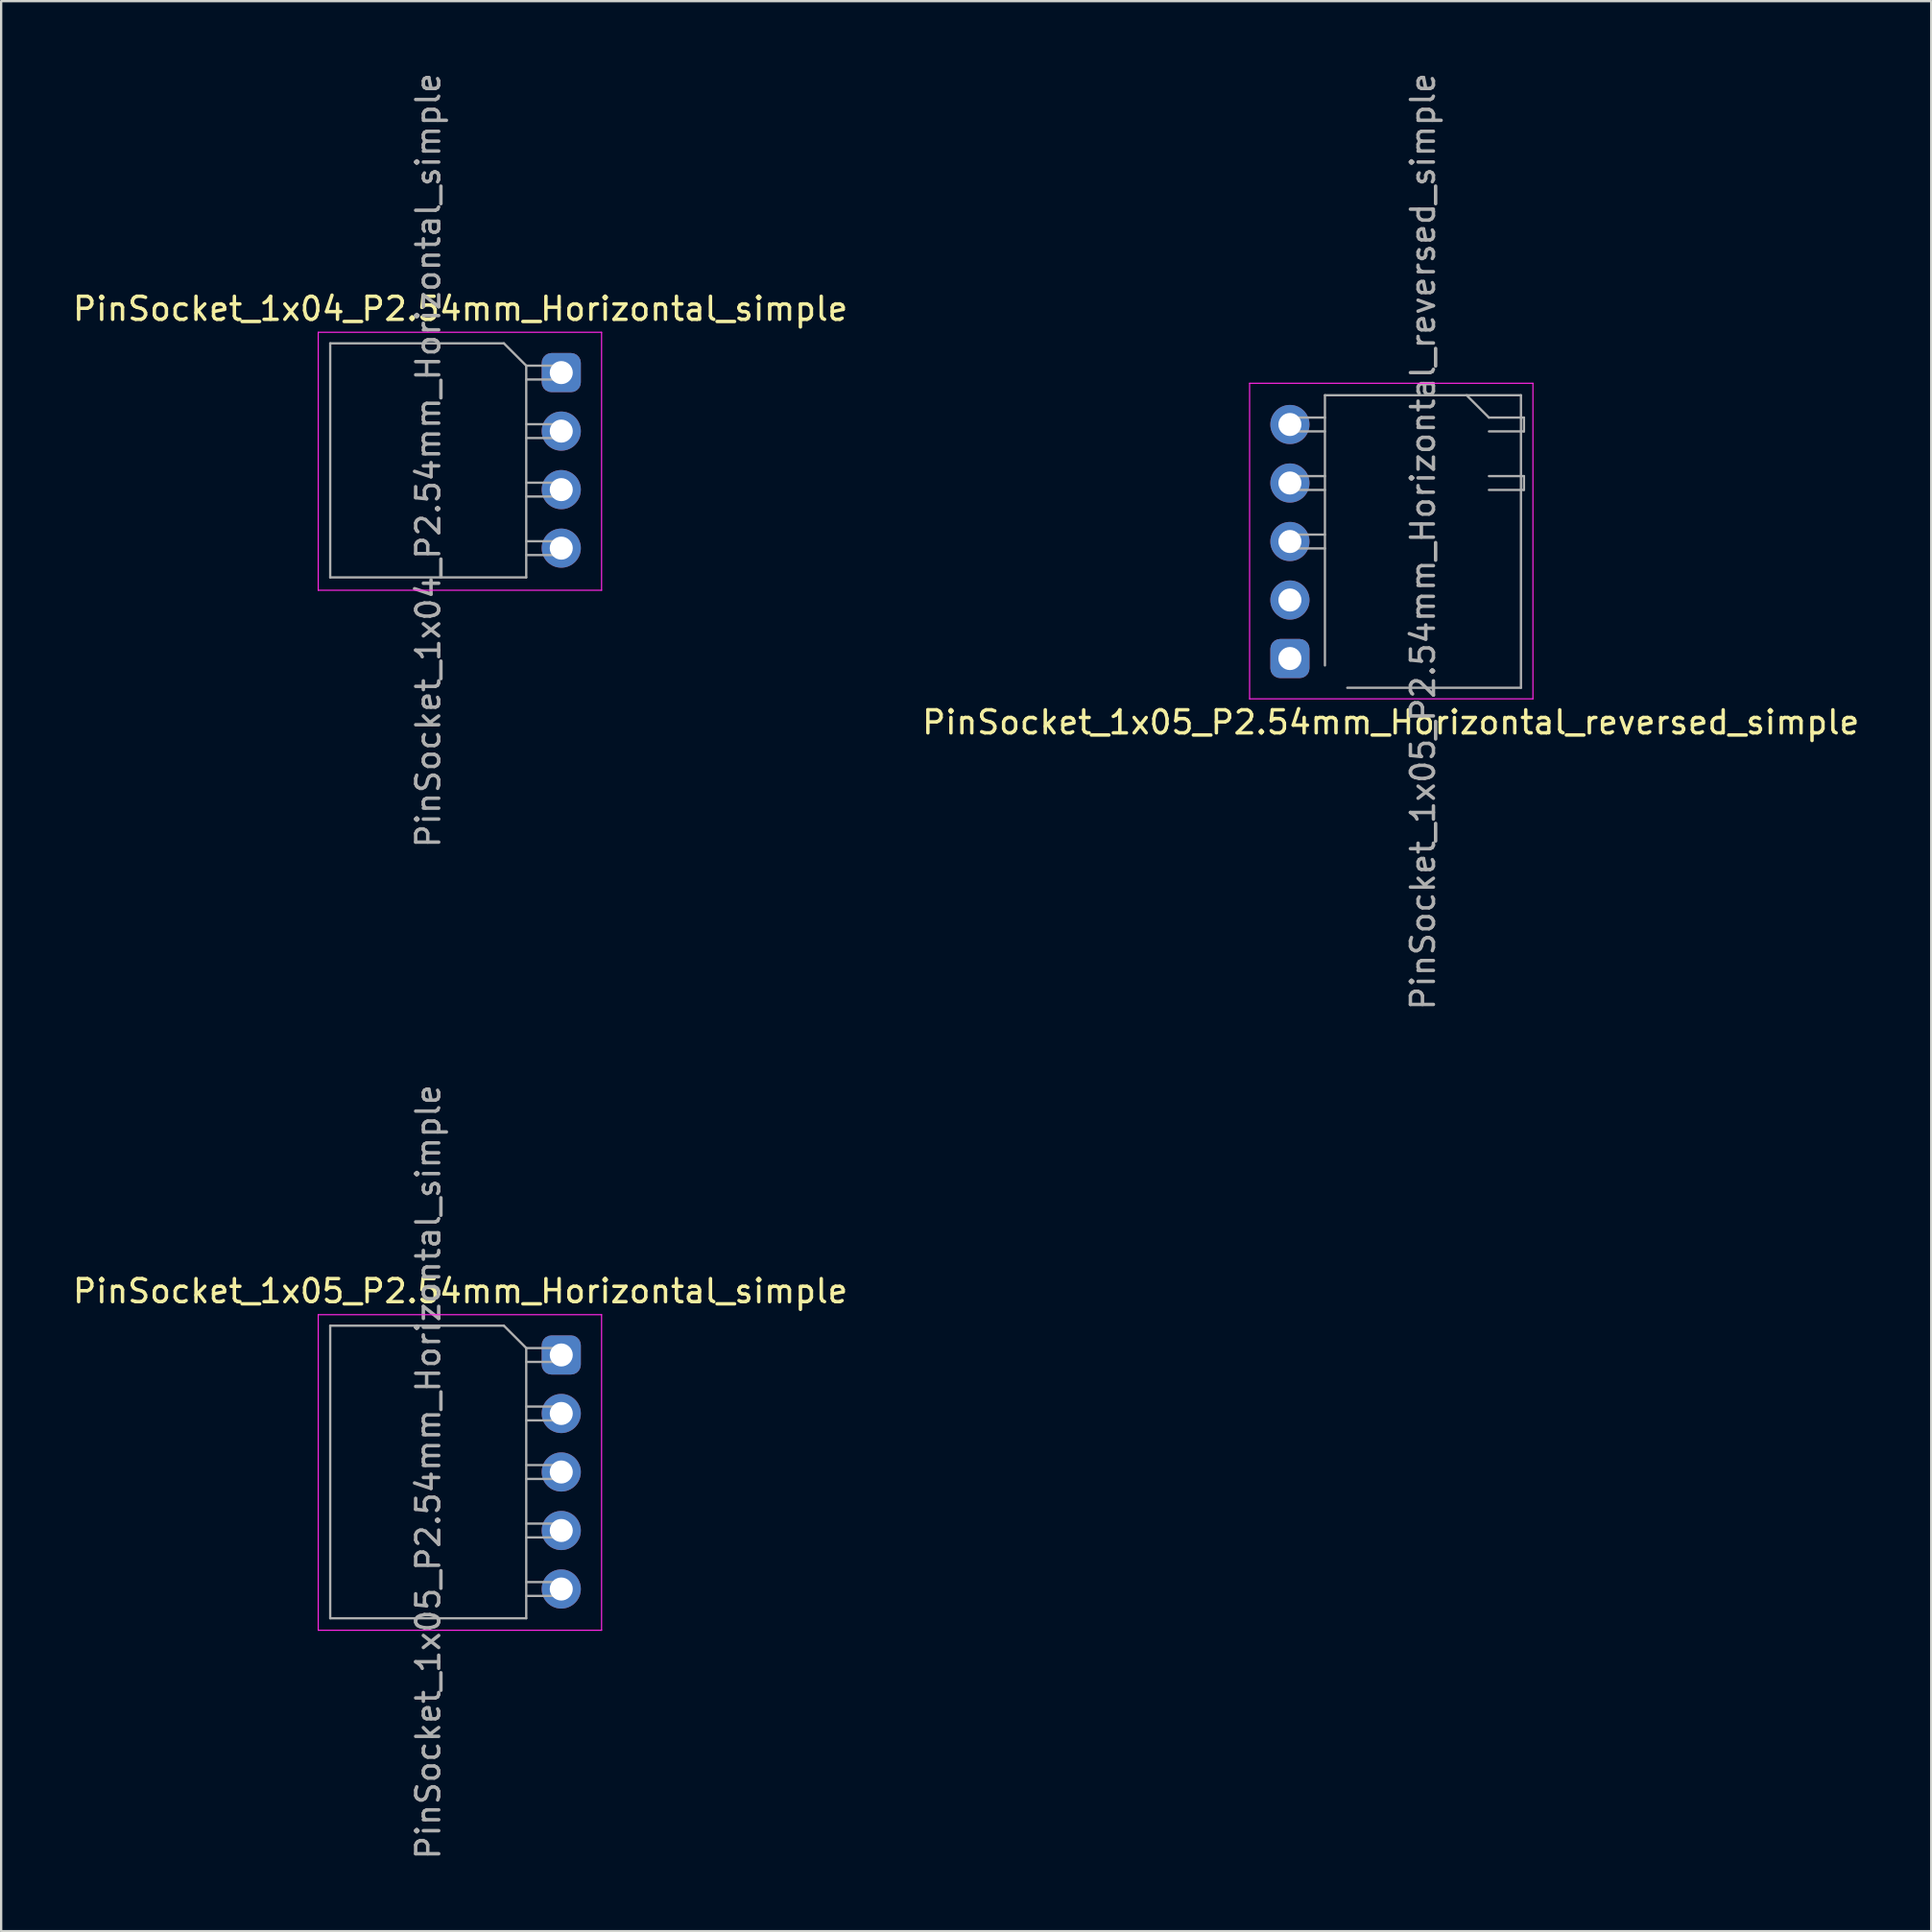
<source format=kicad_pcb>
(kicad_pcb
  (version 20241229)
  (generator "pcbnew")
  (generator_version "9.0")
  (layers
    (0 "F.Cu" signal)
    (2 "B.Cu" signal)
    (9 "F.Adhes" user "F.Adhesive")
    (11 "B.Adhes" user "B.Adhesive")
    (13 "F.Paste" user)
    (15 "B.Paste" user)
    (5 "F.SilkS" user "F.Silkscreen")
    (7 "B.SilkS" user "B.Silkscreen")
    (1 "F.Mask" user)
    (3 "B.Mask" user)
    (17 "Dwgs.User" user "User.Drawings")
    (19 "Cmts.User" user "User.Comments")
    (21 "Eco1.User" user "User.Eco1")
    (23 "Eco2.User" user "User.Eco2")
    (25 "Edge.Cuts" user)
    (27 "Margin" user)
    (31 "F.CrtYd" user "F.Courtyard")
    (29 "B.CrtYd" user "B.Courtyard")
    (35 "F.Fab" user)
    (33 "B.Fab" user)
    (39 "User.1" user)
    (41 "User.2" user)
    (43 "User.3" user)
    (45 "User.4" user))
  (footprint "PinSocket_1x05_P2.54mm_Horizontal_reversed_simple"
    (layer "F.Cu")
    (at 52.947 25.538)
    (property "Reference" "PinSocket_1x05_P2.54mm_Horizontal_reversed_simple" (at 4.38 2.77 180) (layer "F.SilkS") (effects (font (size 1 1) (thickness 0.15))))
    (attr through_hole)
    (fp_line (start -1.75 -11.95) (end -1.75 1.75) (stroke (width 0.05) (type solid)) (layer "F.CrtYd"))
    (fp_line (start -1.75 1.75) (end 10.55 1.75) (stroke (width 0.05) (type solid)) (layer "F.CrtYd"))
    (fp_line (start 10.55 -11.95) (end -1.75 -11.95) (stroke (width 0.05) (type solid)) (layer "F.CrtYd"))
    (fp_line (start 10.55 1.75) (end 10.55 -11.95) (stroke (width 0.05) (type solid)) (layer "F.CrtYd"))
    (fp_line (start 0 -10.46) (end 0 -9.86) (stroke (width 0.1) (type solid)) (layer "F.Fab"))
    (fp_line (start 0 -9.86) (end 1.52 -9.86) (stroke (width 0.1) (type solid)) (layer "F.Fab"))
    (fp_line (start 0 -7.92) (end 0 -7.32) (stroke (width 0.1) (type solid)) (layer "F.Fab"))
    (fp_line (start 0 -7.32) (end 1.52 -7.32) (stroke (width 0.1) (type solid)) (layer "F.Fab"))
    (fp_line (start 0 -5.38) (end 0 -4.78) (stroke (width 0.1) (type solid)) (layer "F.Fab"))
    (fp_line (start 0 -4.78) (end 1.52 -4.78) (stroke (width 0.1) (type solid)) (layer "F.Fab"))
    (fp_line (start 1.52 -11.43) (end 10.03 -11.43) (stroke (width 0.1) (type solid)) (layer "F.Fab"))
    (fp_line (start 1.52 -10.46) (end 0 -10.46) (stroke (width 0.1) (type solid)) (layer "F.Fab"))
    (fp_line (start 1.52 -7.92) (end 0 -7.92) (stroke (width 0.1) (type solid)) (layer "F.Fab"))
    (fp_line (start 1.52 -5.38) (end 0 -5.38) (stroke (width 0.1) (type solid)) (layer "F.Fab"))
    (fp_line (start 1.52 0.3) (end 1.52 -11.43) (stroke (width 0.1) (type solid)) (layer "F.Fab"))
    (fp_line (start 7.67 -11.43) (end 8.64 -10.46) (stroke (width 0.1) (type solid)) (layer "F.Fab"))
    (fp_line (start 8.64 -9.86) (end 10.16 -9.86) (stroke (width 0.1) (type solid)) (layer "F.Fab"))
    (fp_line (start 8.64 -7.32) (end 10.16 -7.32) (stroke (width 0.1) (type solid)) (layer "F.Fab"))
    (fp_line (start 10.03 -11.43) (end 10.03 1.27) (stroke (width 0.1) (type solid)) (layer "F.Fab"))
    (fp_line (start 10.03 1.27) (end 2.49 1.27) (stroke (width 0.1) (type solid)) (layer "F.Fab"))
    (fp_line (start 10.16 -10.46) (end 8.64 -10.46) (stroke (width 0.1) (type solid)) (layer "F.Fab"))
    (fp_line (start 10.16 -9.86) (end 10.16 -10.46) (stroke (width 0.1) (type solid)) (layer "F.Fab"))
    (fp_line (start 10.16 -7.92) (end 8.64 -7.92) (stroke (width 0.1) (type solid)) (layer "F.Fab"))
    (fp_line (start 10.16 -7.32) (end 10.16 -7.92) (stroke (width 0.1) (type solid)) (layer "F.Fab"))
    (fp_text user "${REFERENCE}" (at 5.775 -5.08 270) (layer "F.Fab") (effects (font (size 1 1) (thickness 0.15))))
    (pad "1" thru_hole roundrect (at 0 0 180) (size 1.7 1.7) (drill 1) (layers "*.Cu" "*.Mask") (roundrect_rratio 0.25))
    (pad "2" thru_hole oval (at 0 -2.54 180) (size 1.7 1.7) (drill 1) (layers "*.Cu" "*.Mask"))
    (pad "3" thru_hole oval (at 0 -5.08 180) (size 1.7 1.7) (drill 1) (layers "*.Cu" "*.Mask"))
    (pad "4" thru_hole oval (at 0 -7.62 180) (size 1.7 1.7) (drill 1) (layers "*.Cu" "*.Mask"))
    (pad "5" thru_hole oval (at 0 -10.16 180) (size 1.7 1.7) (drill 1) (layers "*.Cu" "*.Mask")))
  (footprint "PinSocket_1x05_P2.54mm_Horizontal_simple"
    (layer "F.Cu")
    (at 21.315 55.771)
    (property "Reference" "PinSocket_1x05_P2.54mm_Horizontal_simple" (at -4.38 -2.77 0) (layer "F.SilkS") (effects (font (size 1 1) (thickness 0.15))))
    (attr through_hole)
    (fp_line (start -10.55 -1.75) (end -10.55 11.95) (stroke (width 0.05) (type solid)) (layer "F.CrtYd"))
    (fp_line (start -10.55 11.95) (end 1.75 11.95) (stroke (width 0.05) (type solid)) (layer "F.CrtYd"))
    (fp_line (start 1.75 -1.75) (end -10.55 -1.75) (stroke (width 0.05) (type solid)) (layer "F.CrtYd"))
    (fp_line (start 1.75 11.95) (end 1.75 -1.75) (stroke (width 0.05) (type solid)) (layer "F.CrtYd"))
    (fp_line (start -10.03 -1.27) (end -2.49 -1.27) (stroke (width 0.1) (type solid)) (layer "F.Fab"))
    (fp_line (start -10.03 11.43) (end -10.03 -1.27) (stroke (width 0.1) (type solid)) (layer "F.Fab"))
    (fp_line (start -2.49 -1.27) (end -1.52 -0.3) (stroke (width 0.1) (type solid)) (layer "F.Fab"))
    (fp_line (start -1.52 -0.3) (end -1.52 11.43) (stroke (width 0.1) (type solid)) (layer "F.Fab"))
    (fp_line (start -1.52 0.3) (end 0 0.3) (stroke (width 0.1) (type solid)) (layer "F.Fab"))
    (fp_line (start -1.52 2.84) (end 0 2.84) (stroke (width 0.1) (type solid)) (layer "F.Fab"))
    (fp_line (start -1.52 5.38) (end 0 5.38) (stroke (width 0.1) (type solid)) (layer "F.Fab"))
    (fp_line (start -1.52 7.92) (end 0 7.92) (stroke (width 0.1) (type solid)) (layer "F.Fab"))
    (fp_line (start -1.52 10.46) (end 0 10.46) (stroke (width 0.1) (type solid)) (layer "F.Fab"))
    (fp_line (start -1.52 11.43) (end -10.03 11.43) (stroke (width 0.1) (type solid)) (layer "F.Fab"))
    (fp_line (start 0 -0.3) (end -1.52 -0.3) (stroke (width 0.1) (type solid)) (layer "F.Fab"))
    (fp_line (start 0 0.3) (end 0 -0.3) (stroke (width 0.1) (type solid)) (layer "F.Fab"))
    (fp_line (start 0 2.24) (end -1.52 2.24) (stroke (width 0.1) (type solid)) (layer "F.Fab"))
    (fp_line (start 0 2.84) (end 0 2.24) (stroke (width 0.1) (type solid)) (layer "F.Fab"))
    (fp_line (start 0 4.78) (end -1.52 4.78) (stroke (width 0.1) (type solid)) (layer "F.Fab"))
    (fp_line (start 0 5.38) (end 0 4.78) (stroke (width 0.1) (type solid)) (layer "F.Fab"))
    (fp_line (start 0 7.32) (end -1.52 7.32) (stroke (width 0.1) (type solid)) (layer "F.Fab"))
    (fp_line (start 0 7.92) (end 0 7.32) (stroke (width 0.1) (type solid)) (layer "F.Fab"))
    (fp_line (start 0 9.86) (end -1.52 9.86) (stroke (width 0.1) (type solid)) (layer "F.Fab"))
    (fp_line (start 0 10.46) (end 0 9.86) (stroke (width 0.1) (type solid)) (layer "F.Fab"))
    (fp_text user "${REFERENCE}" (at -5.775 5.08 90) (layer "F.Fab") (effects (font (size 1 1) (thickness 0.15))))
    (pad "1" thru_hole roundrect (at 0 0) (size 1.7 1.7) (drill 1) (layers "*.Cu" "*.Mask") (roundrect_rratio 0.25))
    (pad "2" thru_hole oval (at 0 2.54) (size 1.7 1.7) (drill 1) (layers "*.Cu" "*.Mask"))
    (pad "3" thru_hole oval (at 0 5.08) (size 1.7 1.7) (drill 1) (layers "*.Cu" "*.Mask"))
    (pad "4" thru_hole oval (at 0 7.62) (size 1.7 1.7) (drill 1) (layers "*.Cu" "*.Mask"))
    (pad "5" thru_hole oval (at 0 10.16) (size 1.7 1.7) (drill 1) (layers "*.Cu" "*.Mask")))
  (footprint "PinSocket_1x04_P2.54mm_Horizontal_simple"
    (layer "F.Cu")
    (at 21.315 13.125)
    (property "Reference" "PinSocket_1x04_P2.54mm_Horizontal_simple" (at -4.38 -2.77 0) (layer "F.SilkS") (effects (font (size 1 1) (thickness 0.15))))
    (attr through_hole)
    (fp_line (start -10.55 -1.75) (end -10.55 9.45) (stroke (width 0.05) (type solid)) (layer "F.CrtYd"))
    (fp_line (start -10.55 9.45) (end 1.75 9.45) (stroke (width 0.05) (type solid)) (layer "F.CrtYd"))
    (fp_line (start 1.75 -1.75) (end -10.55 -1.75) (stroke (width 0.05) (type solid)) (layer "F.CrtYd"))
    (fp_line (start 1.75 9.45) (end 1.75 -1.75) (stroke (width 0.05) (type solid)) (layer "F.CrtYd"))
    (fp_line (start -10.03 -1.27) (end -2.49 -1.27) (stroke (width 0.1) (type solid)) (layer "F.Fab"))
    (fp_line (start -10.03 8.89) (end -10.03 -1.27) (stroke (width 0.1) (type solid)) (layer "F.Fab"))
    (fp_line (start -2.49 -1.27) (end -1.52 -0.3) (stroke (width 0.1) (type solid)) (layer "F.Fab"))
    (fp_line (start -1.52 -0.3) (end -1.52 8.89) (stroke (width 0.1) (type solid)) (layer "F.Fab"))
    (fp_line (start -1.52 0.3) (end 0 0.3) (stroke (width 0.1) (type solid)) (layer "F.Fab"))
    (fp_line (start -1.52 2.84) (end 0 2.84) (stroke (width 0.1) (type solid)) (layer "F.Fab"))
    (fp_line (start -1.52 5.38) (end 0 5.38) (stroke (width 0.1) (type solid)) (layer "F.Fab"))
    (fp_line (start -1.52 7.92) (end 0 7.92) (stroke (width 0.1) (type solid)) (layer "F.Fab"))
    (fp_line (start -1.52 8.89) (end -10.03 8.89) (stroke (width 0.1) (type solid)) (layer "F.Fab"))
    (fp_line (start 0 -0.3) (end -1.52 -0.3) (stroke (width 0.1) (type solid)) (layer "F.Fab"))
    (fp_line (start 0 0.3) (end 0 -0.3) (stroke (width 0.1) (type solid)) (layer "F.Fab"))
    (fp_line (start 0 2.24) (end -1.52 2.24) (stroke (width 0.1) (type solid)) (layer "F.Fab"))
    (fp_line (start 0 2.84) (end 0 2.24) (stroke (width 0.1) (type solid)) (layer "F.Fab"))
    (fp_line (start 0 4.78) (end -1.52 4.78) (stroke (width 0.1) (type solid)) (layer "F.Fab"))
    (fp_line (start 0 5.38) (end 0 4.78) (stroke (width 0.1) (type solid)) (layer "F.Fab"))
    (fp_line (start 0 7.32) (end -1.52 7.32) (stroke (width 0.1) (type solid)) (layer "F.Fab"))
    (fp_line (start 0 7.92) (end 0 7.32) (stroke (width 0.1) (type solid)) (layer "F.Fab"))
    (fp_text user "${REFERENCE}" (at -5.775 3.81 90) (layer "F.Fab") (effects (font (size 1 1) (thickness 0.15))))
    (pad "1" thru_hole roundrect (at 0 0) (size 1.7 1.7) (drill 1) (layers "*.Cu" "*.Mask") (roundrect_rratio 0.25))
    (pad "2" thru_hole oval (at 0 2.54) (size 1.7 1.7) (drill 1) (layers "*.Cu" "*.Mask"))
    (pad "3" thru_hole oval (at 0 5.08) (size 1.7 1.7) (drill 1) (layers "*.Cu" "*.Mask"))
    (pad "4" thru_hole oval (at 0 7.62) (size 1.7 1.7) (drill 1) (layers "*.Cu" "*.Mask")))
  (gr_rect
    (start -3 -3)
    (end 80.786 80.786)
    (stroke (width 0.1) (type default))
    (fill no)
    (layer "Edge.Cuts")))
</source>
